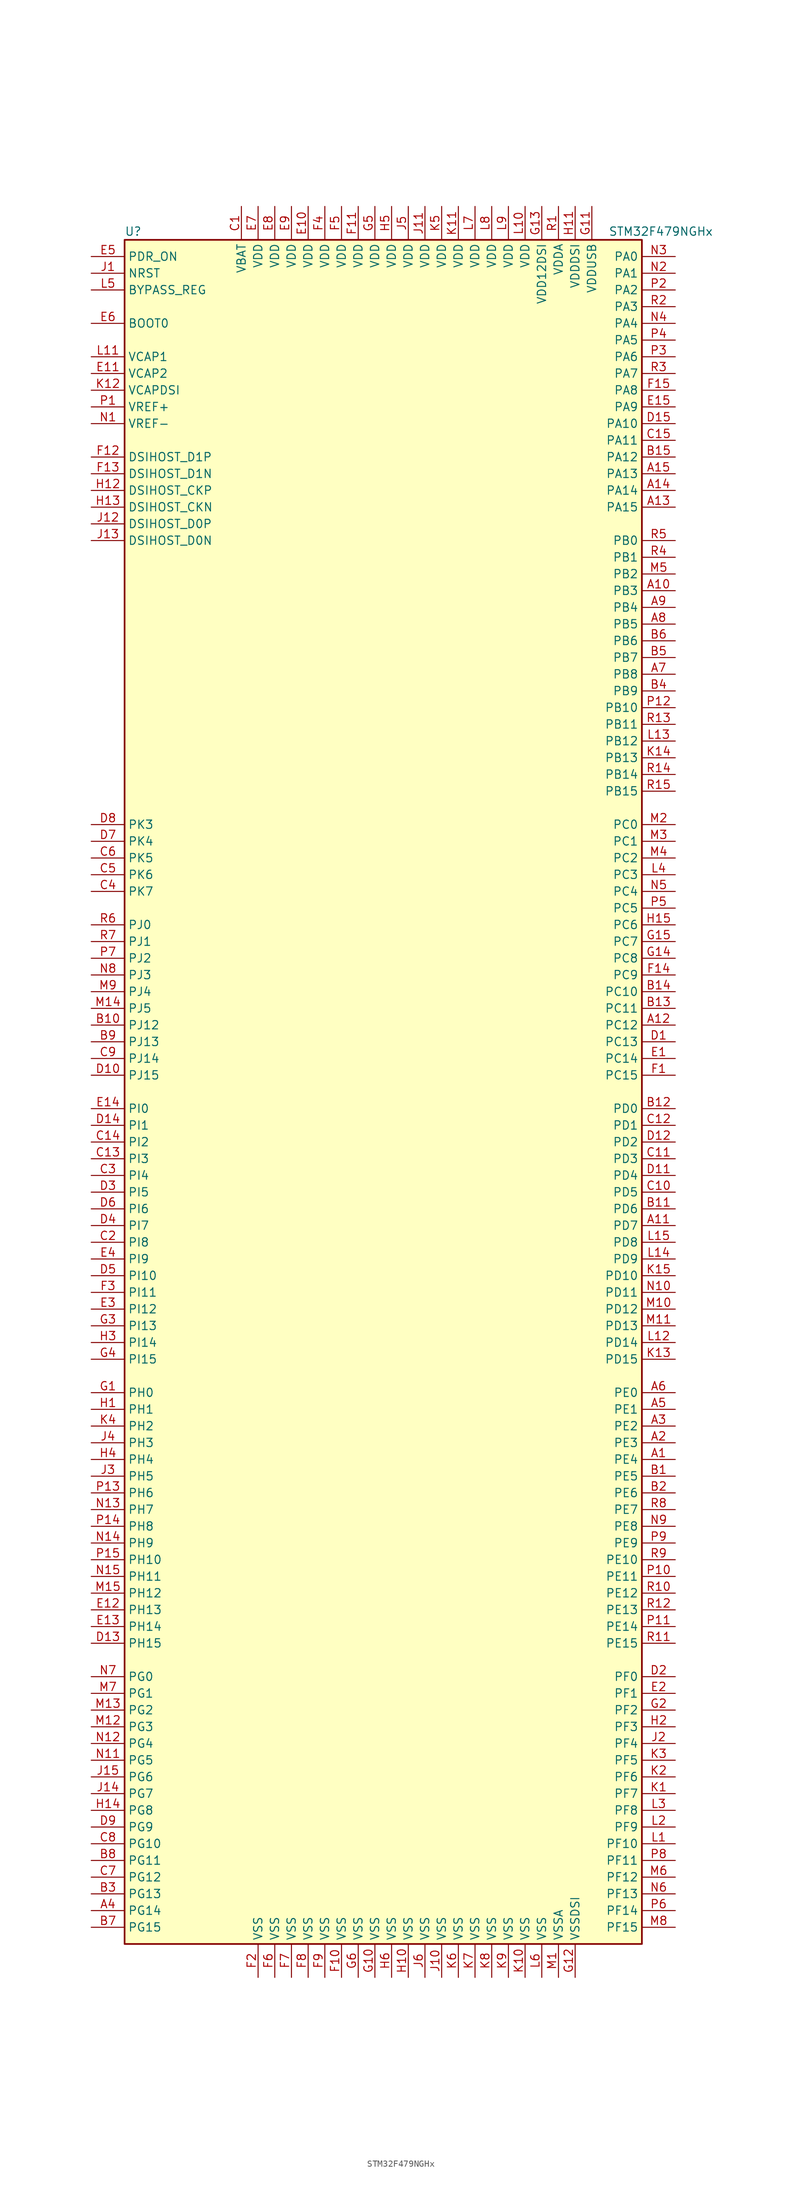
<source format=kicad_sym>
(kicad_symbol_lib
  (version 20220914)
  (generator kicad_symbol_editor)
  (symbol "STM32F479NGHx"
    (property "Reference" "U"
      (at -40.64 130.81 0)
      (effects (font (size 1.27 1.27)) (justify left)))
    (property "Value" "STM32F479NGHx"
      (at 33.02 130.81 0)
      (effects (font (size 1.27 1.27)) (justify left)))
    (symbol "STM32F479NGHx_0_1"
      (rectangle (start -40.64 -129.54) (end 38.1 129.54) (stroke (width 0.254) (type default)) (fill (type background))))
    (symbol "STM32F479NGHx_1_1"
      (pin bidirectional line (at 43.18 -55.88 180) (length 5.08) (name "PE4" (effects (font (size 1.27 1.27)))) (number "A1" (effects (font (size 1.27 1.27)))))
      (pin bidirectional line (at 43.18 76.2 180) (length 5.08) (name "PB3" (effects (font (size 1.27 1.27)))) (number "A10" (effects (font (size 1.27 1.27)))))
      (pin bidirectional line (at 43.18 -20.32 180) (length 5.08) (name "PD7" (effects (font (size 1.27 1.27)))) (number "A11" (effects (font (size 1.27 1.27)))))
      (pin bidirectional line (at 43.18 10.16 180) (length 5.08) (name "PC12" (effects (font (size 1.27 1.27)))) (number "A12" (effects (font (size 1.27 1.27)))))
      (pin bidirectional line (at 43.18 88.9 180) (length 5.08) (name "PA15" (effects (font (size 1.27 1.27)))) (number "A13" (effects (font (size 1.27 1.27)))))
      (pin bidirectional line (at 43.18 91.44 180) (length 5.08) (name "PA14" (effects (font (size 1.27 1.27)))) (number "A14" (effects (font (size 1.27 1.27)))))
      (pin bidirectional line (at 43.18 93.98 180) (length 5.08) (name "PA13" (effects (font (size 1.27 1.27)))) (number "A15" (effects (font (size 1.27 1.27)))))
      (pin bidirectional line (at 43.18 -53.34 180) (length 5.08) (name "PE3" (effects (font (size 1.27 1.27)))) (number "A2" (effects (font (size 1.27 1.27)))))
      (pin bidirectional line (at 43.18 -50.8 180) (length 5.08) (name "PE2" (effects (font (size 1.27 1.27)))) (number "A3" (effects (font (size 1.27 1.27)))))
      (pin bidirectional line (at -45.72 -124.46 0) (length 5.08) (name "PG14" (effects (font (size 1.27 1.27)))) (number "A4" (effects (font (size 1.27 1.27)))))
      (pin bidirectional line (at 43.18 -48.26 180) (length 5.08) (name "PE1" (effects (font (size 1.27 1.27)))) (number "A5" (effects (font (size 1.27 1.27)))))
      (pin bidirectional line (at 43.18 -45.72 180) (length 5.08) (name "PE0" (effects (font (size 1.27 1.27)))) (number "A6" (effects (font (size 1.27 1.27)))))
      (pin bidirectional line (at 43.18 63.5 180) (length 5.08) (name "PB8" (effects (font (size 1.27 1.27)))) (number "A7" (effects (font (size 1.27 1.27)))))
      (pin bidirectional line (at 43.18 71.12 180) (length 5.08) (name "PB5" (effects (font (size 1.27 1.27)))) (number "A8" (effects (font (size 1.27 1.27)))))
      (pin bidirectional line (at 43.18 73.66 180) (length 5.08) (name "PB4" (effects (font (size 1.27 1.27)))) (number "A9" (effects (font (size 1.27 1.27)))))
      (pin bidirectional line (at 43.18 -58.42 180) (length 5.08) (name "PE5" (effects (font (size 1.27 1.27)))) (number "B1" (effects (font (size 1.27 1.27)))))
      (pin bidirectional line (at -45.72 10.16 0) (length 5.08) (name "PJ12" (effects (font (size 1.27 1.27)))) (number "B10" (effects (font (size 1.27 1.27)))))
      (pin bidirectional line (at 43.18 -17.78 180) (length 5.08) (name "PD6" (effects (font (size 1.27 1.27)))) (number "B11" (effects (font (size 1.27 1.27)))))
      (pin bidirectional line (at 43.18 -2.54 180) (length 5.08) (name "PD0" (effects (font (size 1.27 1.27)))) (number "B12" (effects (font (size 1.27 1.27)))))
      (pin bidirectional line (at 43.18 12.7 180) (length 5.08) (name "PC11" (effects (font (size 1.27 1.27)))) (number "B13" (effects (font (size 1.27 1.27)))))
      (pin bidirectional line (at 43.18 15.24 180) (length 5.08) (name "PC10" (effects (font (size 1.27 1.27)))) (number "B14" (effects (font (size 1.27 1.27)))))
      (pin bidirectional line (at 43.18 96.52 180) (length 5.08) (name "PA12" (effects (font (size 1.27 1.27)))) (number "B15" (effects (font (size 1.27 1.27)))))
      (pin bidirectional line (at 43.18 -60.96 180) (length 5.08) (name "PE6" (effects (font (size 1.27 1.27)))) (number "B2" (effects (font (size 1.27 1.27)))))
      (pin bidirectional line (at -45.72 -121.92 0) (length 5.08) (name "PG13" (effects (font (size 1.27 1.27)))) (number "B3" (effects (font (size 1.27 1.27)))))
      (pin bidirectional line (at 43.18 60.96 180) (length 5.08) (name "PB9" (effects (font (size 1.27 1.27)))) (number "B4" (effects (font (size 1.27 1.27)))))
      (pin bidirectional line (at 43.18 66.04 180) (length 5.08) (name "PB7" (effects (font (size 1.27 1.27)))) (number "B5" (effects (font (size 1.27 1.27)))))
      (pin bidirectional line (at 43.18 68.58 180) (length 5.08) (name "PB6" (effects (font (size 1.27 1.27)))) (number "B6" (effects (font (size 1.27 1.27)))))
      (pin bidirectional line (at -45.72 -127 0) (length 5.08) (name "PG15" (effects (font (size 1.27 1.27)))) (number "B7" (effects (font (size 1.27 1.27)))))
      (pin bidirectional line (at -45.72 -116.84 0) (length 5.08) (name "PG11" (effects (font (size 1.27 1.27)))) (number "B8" (effects (font (size 1.27 1.27)))))
      (pin bidirectional line (at -45.72 7.62 0) (length 5.08) (name "PJ13" (effects (font (size 1.27 1.27)))) (number "B9" (effects (font (size 1.27 1.27)))))
      (pin power_in line (at -22.86 134.62 270) (length 5.08) (name "VBAT" (effects (font (size 1.27 1.27)))) (number "C1" (effects (font (size 1.27 1.27)))))
      (pin bidirectional line (at 43.18 -15.24 180) (length 5.08) (name "PD5" (effects (font (size 1.27 1.27)))) (number "C10" (effects (font (size 1.27 1.27)))))
      (pin bidirectional line (at 43.18 -10.16 180) (length 5.08) (name "PD3" (effects (font (size 1.27 1.27)))) (number "C11" (effects (font (size 1.27 1.27)))))
      (pin bidirectional line (at 43.18 -5.08 180) (length 5.08) (name "PD1" (effects (font (size 1.27 1.27)))) (number "C12" (effects (font (size 1.27 1.27)))))
      (pin bidirectional line (at -45.72 -10.16 0) (length 5.08) (name "PI3" (effects (font (size 1.27 1.27)))) (number "C13" (effects (font (size 1.27 1.27)))))
      (pin bidirectional line (at -45.72 -7.62 0) (length 5.08) (name "PI2" (effects (font (size 1.27 1.27)))) (number "C14" (effects (font (size 1.27 1.27)))))
      (pin bidirectional line (at 43.18 99.06 180) (length 5.08) (name "PA11" (effects (font (size 1.27 1.27)))) (number "C15" (effects (font (size 1.27 1.27)))))
      (pin bidirectional line (at -45.72 -22.86 0) (length 5.08) (name "PI8" (effects (font (size 1.27 1.27)))) (number "C2" (effects (font (size 1.27 1.27)))))
      (pin bidirectional line (at -45.72 -12.7 0) (length 5.08) (name "PI4" (effects (font (size 1.27 1.27)))) (number "C3" (effects (font (size 1.27 1.27)))))
      (pin bidirectional line (at -45.72 30.48 0) (length 5.08) (name "PK7" (effects (font (size 1.27 1.27)))) (number "C4" (effects (font (size 1.27 1.27)))))
      (pin bidirectional line (at -45.72 33.02 0) (length 5.08) (name "PK6" (effects (font (size 1.27 1.27)))) (number "C5" (effects (font (size 1.27 1.27)))))
      (pin bidirectional line (at -45.72 35.56 0) (length 5.08) (name "PK5" (effects (font (size 1.27 1.27)))) (number "C6" (effects (font (size 1.27 1.27)))))
      (pin bidirectional line (at -45.72 -119.38 0) (length 5.08) (name "PG12" (effects (font (size 1.27 1.27)))) (number "C7" (effects (font (size 1.27 1.27)))))
      (pin bidirectional line (at -45.72 -114.3 0) (length 5.08) (name "PG10" (effects (font (size 1.27 1.27)))) (number "C8" (effects (font (size 1.27 1.27)))))
      (pin bidirectional line (at -45.72 5.08 0) (length 5.08) (name "PJ14" (effects (font (size 1.27 1.27)))) (number "C9" (effects (font (size 1.27 1.27)))))
      (pin bidirectional line (at 43.18 7.62 180) (length 5.08) (name "PC13" (effects (font (size 1.27 1.27)))) (number "D1" (effects (font (size 1.27 1.27)))))
      (pin bidirectional line (at -45.72 2.54 0) (length 5.08) (name "PJ15" (effects (font (size 1.27 1.27)))) (number "D10" (effects (font (size 1.27 1.27)))))
      (pin bidirectional line (at 43.18 -12.7 180) (length 5.08) (name "PD4" (effects (font (size 1.27 1.27)))) (number "D11" (effects (font (size 1.27 1.27)))))
      (pin bidirectional line (at 43.18 -7.62 180) (length 5.08) (name "PD2" (effects (font (size 1.27 1.27)))) (number "D12" (effects (font (size 1.27 1.27)))))
      (pin bidirectional line (at -45.72 -83.82 0) (length 5.08) (name "PH15" (effects (font (size 1.27 1.27)))) (number "D13" (effects (font (size 1.27 1.27)))))
      (pin bidirectional line (at -45.72 -5.08 0) (length 5.08) (name "PI1" (effects (font (size 1.27 1.27)))) (number "D14" (effects (font (size 1.27 1.27)))))
      (pin bidirectional line (at 43.18 101.6 180) (length 5.08) (name "PA10" (effects (font (size 1.27 1.27)))) (number "D15" (effects (font (size 1.27 1.27)))))
      (pin bidirectional line (at 43.18 -88.9 180) (length 5.08) (name "PF0" (effects (font (size 1.27 1.27)))) (number "D2" (effects (font (size 1.27 1.27)))))
      (pin bidirectional line (at -45.72 -15.24 0) (length 5.08) (name "PI5" (effects (font (size 1.27 1.27)))) (number "D3" (effects (font (size 1.27 1.27)))))
      (pin bidirectional line (at -45.72 -20.32 0) (length 5.08) (name "PI7" (effects (font (size 1.27 1.27)))) (number "D4" (effects (font (size 1.27 1.27)))))
      (pin bidirectional line (at -45.72 -27.94 0) (length 5.08) (name "PI10" (effects (font (size 1.27 1.27)))) (number "D5" (effects (font (size 1.27 1.27)))))
      (pin bidirectional line (at -45.72 -17.78 0) (length 5.08) (name "PI6" (effects (font (size 1.27 1.27)))) (number "D6" (effects (font (size 1.27 1.27)))))
      (pin bidirectional line (at -45.72 38.1 0) (length 5.08) (name "PK4" (effects (font (size 1.27 1.27)))) (number "D7" (effects (font (size 1.27 1.27)))))
      (pin bidirectional line (at -45.72 40.64 0) (length 5.08) (name "PK3" (effects (font (size 1.27 1.27)))) (number "D8" (effects (font (size 1.27 1.27)))))
      (pin bidirectional line (at -45.72 -111.76 0) (length 5.08) (name "PG9" (effects (font (size 1.27 1.27)))) (number "D9" (effects (font (size 1.27 1.27)))))
      (pin bidirectional line (at 43.18 5.08 180) (length 5.08) (name "PC14" (effects (font (size 1.27 1.27)))) (number "E1" (effects (font (size 1.27 1.27)))))
      (pin power_in line (at -12.7 134.62 270) (length 5.08) (name "VDD" (effects (font (size 1.27 1.27)))) (number "E10" (effects (font (size 1.27 1.27)))))
      (pin power_in line (at -45.72 109.22 0) (length 5.08) (name "VCAP2" (effects (font (size 1.27 1.27)))) (number "E11" (effects (font (size 1.27 1.27)))))
      (pin bidirectional line (at -45.72 -78.74 0) (length 5.08) (name "PH13" (effects (font (size 1.27 1.27)))) (number "E12" (effects (font (size 1.27 1.27)))))
      (pin bidirectional line (at -45.72 -81.28 0) (length 5.08) (name "PH14" (effects (font (size 1.27 1.27)))) (number "E13" (effects (font (size 1.27 1.27)))))
      (pin bidirectional line (at -45.72 -2.54 0) (length 5.08) (name "PI0" (effects (font (size 1.27 1.27)))) (number "E14" (effects (font (size 1.27 1.27)))))
      (pin bidirectional line (at 43.18 104.14 180) (length 5.08) (name "PA9" (effects (font (size 1.27 1.27)))) (number "E15" (effects (font (size 1.27 1.27)))))
      (pin bidirectional line (at 43.18 -91.44 180) (length 5.08) (name "PF1" (effects (font (size 1.27 1.27)))) (number "E2" (effects (font (size 1.27 1.27)))))
      (pin bidirectional line (at -45.72 -33.02 0) (length 5.08) (name "PI12" (effects (font (size 1.27 1.27)))) (number "E3" (effects (font (size 1.27 1.27)))))
      (pin bidirectional line (at -45.72 -25.4 0) (length 5.08) (name "PI9" (effects (font (size 1.27 1.27)))) (number "E4" (effects (font (size 1.27 1.27)))))
      (pin input line (at -45.72 127 0) (length 5.08) (name "PDR_ON" (effects (font (size 1.27 1.27)))) (number "E5" (effects (font (size 1.27 1.27)))))
      (pin input line (at -45.72 116.84 0) (length 5.08) (name "BOOT0" (effects (font (size 1.27 1.27)))) (number "E6" (effects (font (size 1.27 1.27)))))
      (pin power_in line (at -20.32 134.62 270) (length 5.08) (name "VDD" (effects (font (size 1.27 1.27)))) (number "E7" (effects (font (size 1.27 1.27)))))
      (pin power_in line (at -17.78 134.62 270) (length 5.08) (name "VDD" (effects (font (size 1.27 1.27)))) (number "E8" (effects (font (size 1.27 1.27)))))
      (pin power_in line (at -15.24 134.62 270) (length 5.08) (name "VDD" (effects (font (size 1.27 1.27)))) (number "E9" (effects (font (size 1.27 1.27)))))
      (pin bidirectional line (at 43.18 2.54 180) (length 5.08) (name "PC15" (effects (font (size 1.27 1.27)))) (number "F1" (effects (font (size 1.27 1.27)))))
      (pin power_in line (at -7.62 -134.62 90) (length 5.08) (name "VSS" (effects (font (size 1.27 1.27)))) (number "F10" (effects (font (size 1.27 1.27)))))
      (pin power_in line (at -5.08 134.62 270) (length 5.08) (name "VDD" (effects (font (size 1.27 1.27)))) (number "F11" (effects (font (size 1.27 1.27)))))
      (pin bidirectional line (at -45.72 96.52 0) (length 5.08) (name "DSIHOST_D1P" (effects (font (size 1.27 1.27)))) (number "F12" (effects (font (size 1.27 1.27)))))
      (pin bidirectional line (at -45.72 93.98 0) (length 5.08) (name "DSIHOST_D1N" (effects (font (size 1.27 1.27)))) (number "F13" (effects (font (size 1.27 1.27)))))
      (pin bidirectional line (at 43.18 17.78 180) (length 5.08) (name "PC9" (effects (font (size 1.27 1.27)))) (number "F14" (effects (font (size 1.27 1.27)))))
      (pin bidirectional line (at 43.18 106.68 180) (length 5.08) (name "PA8" (effects (font (size 1.27 1.27)))) (number "F15" (effects (font (size 1.27 1.27)))))
      (pin power_in line (at -20.32 -134.62 90) (length 5.08) (name "VSS" (effects (font (size 1.27 1.27)))) (number "F2" (effects (font (size 1.27 1.27)))))
      (pin bidirectional line (at -45.72 -30.48 0) (length 5.08) (name "PI11" (effects (font (size 1.27 1.27)))) (number "F3" (effects (font (size 1.27 1.27)))))
      (pin power_in line (at -10.16 134.62 270) (length 5.08) (name "VDD" (effects (font (size 1.27 1.27)))) (number "F4" (effects (font (size 1.27 1.27)))))
      (pin power_in line (at -7.62 134.62 270) (length 5.08) (name "VDD" (effects (font (size 1.27 1.27)))) (number "F5" (effects (font (size 1.27 1.27)))))
      (pin power_in line (at -17.78 -134.62 90) (length 5.08) (name "VSS" (effects (font (size 1.27 1.27)))) (number "F6" (effects (font (size 1.27 1.27)))))
      (pin power_in line (at -15.24 -134.62 90) (length 5.08) (name "VSS" (effects (font (size 1.27 1.27)))) (number "F7" (effects (font (size 1.27 1.27)))))
      (pin power_in line (at -12.7 -134.62 90) (length 5.08) (name "VSS" (effects (font (size 1.27 1.27)))) (number "F8" (effects (font (size 1.27 1.27)))))
      (pin power_in line (at -10.16 -134.62 90) (length 5.08) (name "VSS" (effects (font (size 1.27 1.27)))) (number "F9" (effects (font (size 1.27 1.27)))))
      (pin input line (at -45.72 -45.72 0) (length 5.08) (name "PH0" (effects (font (size 1.27 1.27)))) (number "G1" (effects (font (size 1.27 1.27)))))
      (pin power_in line (at -2.54 -134.62 90) (length 5.08) (name "VSS" (effects (font (size 1.27 1.27)))) (number "G10" (effects (font (size 1.27 1.27)))))
      (pin power_in line (at 30.48 134.62 270) (length 5.08) (name "VDDUSB" (effects (font (size 1.27 1.27)))) (number "G11" (effects (font (size 1.27 1.27)))))
      (pin power_in line (at 27.94 -134.62 90) (length 5.08) (name "VSSDSI" (effects (font (size 1.27 1.27)))) (number "G12" (effects (font (size 1.27 1.27)))))
      (pin power_in line (at 22.86 134.62 270) (length 5.08) (name "VDD12DSI" (effects (font (size 1.27 1.27)))) (number "G13" (effects (font (size 1.27 1.27)))))
      (pin bidirectional line (at 43.18 20.32 180) (length 5.08) (name "PC8" (effects (font (size 1.27 1.27)))) (number "G14" (effects (font (size 1.27 1.27)))))
      (pin bidirectional line (at 43.18 22.86 180) (length 5.08) (name "PC7" (effects (font (size 1.27 1.27)))) (number "G15" (effects (font (size 1.27 1.27)))))
      (pin bidirectional line (at 43.18 -93.98 180) (length 5.08) (name "PF2" (effects (font (size 1.27 1.27)))) (number "G2" (effects (font (size 1.27 1.27)))))
      (pin bidirectional line (at -45.72 -35.56 0) (length 5.08) (name "PI13" (effects (font (size 1.27 1.27)))) (number "G3" (effects (font (size 1.27 1.27)))))
      (pin bidirectional line (at -45.72 -40.64 0) (length 5.08) (name "PI15" (effects (font (size 1.27 1.27)))) (number "G4" (effects (font (size 1.27 1.27)))))
      (pin power_in line (at -2.54 134.62 270) (length 5.08) (name "VDD" (effects (font (size 1.27 1.27)))) (number "G5" (effects (font (size 1.27 1.27)))))
      (pin power_in line (at -5.08 -134.62 90) (length 5.08) (name "VSS" (effects (font (size 1.27 1.27)))) (number "G6" (effects (font (size 1.27 1.27)))))
      (pin input line (at -45.72 -48.26 0) (length 5.08) (name "PH1" (effects (font (size 1.27 1.27)))) (number "H1" (effects (font (size 1.27 1.27)))))
      (pin power_in line (at 2.54 -134.62 90) (length 5.08) (name "VSS" (effects (font (size 1.27 1.27)))) (number "H10" (effects (font (size 1.27 1.27)))))
      (pin power_in line (at 27.94 134.62 270) (length 5.08) (name "VDDDSI" (effects (font (size 1.27 1.27)))) (number "H11" (effects (font (size 1.27 1.27)))))
      (pin bidirectional line (at -45.72 91.44 0) (length 5.08) (name "DSIHOST_CKP" (effects (font (size 1.27 1.27)))) (number "H12" (effects (font (size 1.27 1.27)))))
      (pin bidirectional line (at -45.72 88.9 0) (length 5.08) (name "DSIHOST_CKN" (effects (font (size 1.27 1.27)))) (number "H13" (effects (font (size 1.27 1.27)))))
      (pin bidirectional line (at -45.72 -109.22 0) (length 5.08) (name "PG8" (effects (font (size 1.27 1.27)))) (number "H14" (effects (font (size 1.27 1.27)))))
      (pin bidirectional line (at 43.18 25.4 180) (length 5.08) (name "PC6" (effects (font (size 1.27 1.27)))) (number "H15" (effects (font (size 1.27 1.27)))))
      (pin bidirectional line (at 43.18 -96.52 180) (length 5.08) (name "PF3" (effects (font (size 1.27 1.27)))) (number "H2" (effects (font (size 1.27 1.27)))))
      (pin bidirectional line (at -45.72 -38.1 0) (length 5.08) (name "PI14" (effects (font (size 1.27 1.27)))) (number "H3" (effects (font (size 1.27 1.27)))))
      (pin bidirectional line (at -45.72 -55.88 0) (length 5.08) (name "PH4" (effects (font (size 1.27 1.27)))) (number "H4" (effects (font (size 1.27 1.27)))))
      (pin power_in line (at 0 134.62 270) (length 5.08) (name "VDD" (effects (font (size 1.27 1.27)))) (number "H5" (effects (font (size 1.27 1.27)))))
      (pin power_in line (at 0 -134.62 90) (length 5.08) (name "VSS" (effects (font (size 1.27 1.27)))) (number "H6" (effects (font (size 1.27 1.27)))))
      (pin input line (at -45.72 124.46 0) (length 5.08) (name "NRST" (effects (font (size 1.27 1.27)))) (number "J1" (effects (font (size 1.27 1.27)))))
      (pin power_in line (at 7.62 -134.62 90) (length 5.08) (name "VSS" (effects (font (size 1.27 1.27)))) (number "J10" (effects (font (size 1.27 1.27)))))
      (pin power_in line (at 5.08 134.62 270) (length 5.08) (name "VDD" (effects (font (size 1.27 1.27)))) (number "J11" (effects (font (size 1.27 1.27)))))
      (pin bidirectional line (at -45.72 86.36 0) (length 5.08) (name "DSIHOST_D0P" (effects (font (size 1.27 1.27)))) (number "J12" (effects (font (size 1.27 1.27)))))
      (pin bidirectional line (at -45.72 83.82 0) (length 5.08) (name "DSIHOST_D0N" (effects (font (size 1.27 1.27)))) (number "J13" (effects (font (size 1.27 1.27)))))
      (pin bidirectional line (at -45.72 -106.68 0) (length 5.08) (name "PG7" (effects (font (size 1.27 1.27)))) (number "J14" (effects (font (size 1.27 1.27)))))
      (pin bidirectional line (at -45.72 -104.14 0) (length 5.08) (name "PG6" (effects (font (size 1.27 1.27)))) (number "J15" (effects (font (size 1.27 1.27)))))
      (pin bidirectional line (at 43.18 -99.06 180) (length 5.08) (name "PF4" (effects (font (size 1.27 1.27)))) (number "J2" (effects (font (size 1.27 1.27)))))
      (pin bidirectional line (at -45.72 -58.42 0) (length 5.08) (name "PH5" (effects (font (size 1.27 1.27)))) (number "J3" (effects (font (size 1.27 1.27)))))
      (pin bidirectional line (at -45.72 -53.34 0) (length 5.08) (name "PH3" (effects (font (size 1.27 1.27)))) (number "J4" (effects (font (size 1.27 1.27)))))
      (pin power_in line (at 2.54 134.62 270) (length 5.08) (name "VDD" (effects (font (size 1.27 1.27)))) (number "J5" (effects (font (size 1.27 1.27)))))
      (pin power_in line (at 5.08 -134.62 90) (length 5.08) (name "VSS" (effects (font (size 1.27 1.27)))) (number "J6" (effects (font (size 1.27 1.27)))))
      (pin bidirectional line (at 43.18 -106.68 180) (length 5.08) (name "PF7" (effects (font (size 1.27 1.27)))) (number "K1" (effects (font (size 1.27 1.27)))))
      (pin power_in line (at 20.32 -134.62 90) (length 5.08) (name "VSS" (effects (font (size 1.27 1.27)))) (number "K10" (effects (font (size 1.27 1.27)))))
      (pin power_in line (at 10.16 134.62 270) (length 5.08) (name "VDD" (effects (font (size 1.27 1.27)))) (number "K11" (effects (font (size 1.27 1.27)))))
      (pin power_in line (at -45.72 106.68 0) (length 5.08) (name "VCAPDSI" (effects (font (size 1.27 1.27)))) (number "K12" (effects (font (size 1.27 1.27)))))
      (pin bidirectional line (at 43.18 -40.64 180) (length 5.08) (name "PD15" (effects (font (size 1.27 1.27)))) (number "K13" (effects (font (size 1.27 1.27)))))
      (pin bidirectional line (at 43.18 50.8 180) (length 5.08) (name "PB13" (effects (font (size 1.27 1.27)))) (number "K14" (effects (font (size 1.27 1.27)))))
      (pin bidirectional line (at 43.18 -27.94 180) (length 5.08) (name "PD10" (effects (font (size 1.27 1.27)))) (number "K15" (effects (font (size 1.27 1.27)))))
      (pin bidirectional line (at 43.18 -104.14 180) (length 5.08) (name "PF6" (effects (font (size 1.27 1.27)))) (number "K2" (effects (font (size 1.27 1.27)))))
      (pin bidirectional line (at 43.18 -101.6 180) (length 5.08) (name "PF5" (effects (font (size 1.27 1.27)))) (number "K3" (effects (font (size 1.27 1.27)))))
      (pin bidirectional line (at -45.72 -50.8 0) (length 5.08) (name "PH2" (effects (font (size 1.27 1.27)))) (number "K4" (effects (font (size 1.27 1.27)))))
      (pin power_in line (at 7.62 134.62 270) (length 5.08) (name "VDD" (effects (font (size 1.27 1.27)))) (number "K5" (effects (font (size 1.27 1.27)))))
      (pin power_in line (at 10.16 -134.62 90) (length 5.08) (name "VSS" (effects (font (size 1.27 1.27)))) (number "K6" (effects (font (size 1.27 1.27)))))
      (pin power_in line (at 12.7 -134.62 90) (length 5.08) (name "VSS" (effects (font (size 1.27 1.27)))) (number "K7" (effects (font (size 1.27 1.27)))))
      (pin power_in line (at 15.24 -134.62 90) (length 5.08) (name "VSS" (effects (font (size 1.27 1.27)))) (number "K8" (effects (font (size 1.27 1.27)))))
      (pin power_in line (at 17.78 -134.62 90) (length 5.08) (name "VSS" (effects (font (size 1.27 1.27)))) (number "K9" (effects (font (size 1.27 1.27)))))
      (pin bidirectional line (at 43.18 -114.3 180) (length 5.08) (name "PF10" (effects (font (size 1.27 1.27)))) (number "L1" (effects (font (size 1.27 1.27)))))
      (pin power_in line (at 20.32 134.62 270) (length 5.08) (name "VDD" (effects (font (size 1.27 1.27)))) (number "L10" (effects (font (size 1.27 1.27)))))
      (pin power_in line (at -45.72 111.76 0) (length 5.08) (name "VCAP1" (effects (font (size 1.27 1.27)))) (number "L11" (effects (font (size 1.27 1.27)))))
      (pin bidirectional line (at 43.18 -38.1 180) (length 5.08) (name "PD14" (effects (font (size 1.27 1.27)))) (number "L12" (effects (font (size 1.27 1.27)))))
      (pin bidirectional line (at 43.18 53.34 180) (length 5.08) (name "PB12" (effects (font (size 1.27 1.27)))) (number "L13" (effects (font (size 1.27 1.27)))))
      (pin bidirectional line (at 43.18 -25.4 180) (length 5.08) (name "PD9" (effects (font (size 1.27 1.27)))) (number "L14" (effects (font (size 1.27 1.27)))))
      (pin bidirectional line (at 43.18 -22.86 180) (length 5.08) (name "PD8" (effects (font (size 1.27 1.27)))) (number "L15" (effects (font (size 1.27 1.27)))))
      (pin bidirectional line (at 43.18 -111.76 180) (length 5.08) (name "PF9" (effects (font (size 1.27 1.27)))) (number "L2" (effects (font (size 1.27 1.27)))))
      (pin bidirectional line (at 43.18 -109.22 180) (length 5.08) (name "PF8" (effects (font (size 1.27 1.27)))) (number "L3" (effects (font (size 1.27 1.27)))))
      (pin bidirectional line (at 43.18 33.02 180) (length 5.08) (name "PC3" (effects (font (size 1.27 1.27)))) (number "L4" (effects (font (size 1.27 1.27)))))
      (pin input line (at -45.72 121.92 0) (length 5.08) (name "BYPASS_REG" (effects (font (size 1.27 1.27)))) (number "L5" (effects (font (size 1.27 1.27)))))
      (pin power_in line (at 22.86 -134.62 90) (length 5.08) (name "VSS" (effects (font (size 1.27 1.27)))) (number "L6" (effects (font (size 1.27 1.27)))))
      (pin power_in line (at 12.7 134.62 270) (length 5.08) (name "VDD" (effects (font (size 1.27 1.27)))) (number "L7" (effects (font (size 1.27 1.27)))))
      (pin power_in line (at 15.24 134.62 270) (length 5.08) (name "VDD" (effects (font (size 1.27 1.27)))) (number "L8" (effects (font (size 1.27 1.27)))))
      (pin power_in line (at 17.78 134.62 270) (length 5.08) (name "VDD" (effects (font (size 1.27 1.27)))) (number "L9" (effects (font (size 1.27 1.27)))))
      (pin power_in line (at 25.4 -134.62 90) (length 5.08) (name "VSSA" (effects (font (size 1.27 1.27)))) (number "M1" (effects (font (size 1.27 1.27)))))
      (pin bidirectional line (at 43.18 -33.02 180) (length 5.08) (name "PD12" (effects (font (size 1.27 1.27)))) (number "M10" (effects (font (size 1.27 1.27)))))
      (pin bidirectional line (at 43.18 -35.56 180) (length 5.08) (name "PD13" (effects (font (size 1.27 1.27)))) (number "M11" (effects (font (size 1.27 1.27)))))
      (pin bidirectional line (at -45.72 -96.52 0) (length 5.08) (name "PG3" (effects (font (size 1.27 1.27)))) (number "M12" (effects (font (size 1.27 1.27)))))
      (pin bidirectional line (at -45.72 -93.98 0) (length 5.08) (name "PG2" (effects (font (size 1.27 1.27)))) (number "M13" (effects (font (size 1.27 1.27)))))
      (pin bidirectional line (at -45.72 12.7 0) (length 5.08) (name "PJ5" (effects (font (size 1.27 1.27)))) (number "M14" (effects (font (size 1.27 1.27)))))
      (pin bidirectional line (at -45.72 -76.2 0) (length 5.08) (name "PH12" (effects (font (size 1.27 1.27)))) (number "M15" (effects (font (size 1.27 1.27)))))
      (pin bidirectional line (at 43.18 40.64 180) (length 5.08) (name "PC0" (effects (font (size 1.27 1.27)))) (number "M2" (effects (font (size 1.27 1.27)))))
      (pin bidirectional line (at 43.18 38.1 180) (length 5.08) (name "PC1" (effects (font (size 1.27 1.27)))) (number "M3" (effects (font (size 1.27 1.27)))))
      (pin bidirectional line (at 43.18 35.56 180) (length 5.08) (name "PC2" (effects (font (size 1.27 1.27)))) (number "M4" (effects (font (size 1.27 1.27)))))
      (pin bidirectional line (at 43.18 78.74 180) (length 5.08) (name "PB2" (effects (font (size 1.27 1.27)))) (number "M5" (effects (font (size 1.27 1.27)))))
      (pin bidirectional line (at 43.18 -119.38 180) (length 5.08) (name "PF12" (effects (font (size 1.27 1.27)))) (number "M6" (effects (font (size 1.27 1.27)))))
      (pin bidirectional line (at -45.72 -91.44 0) (length 5.08) (name "PG1" (effects (font (size 1.27 1.27)))) (number "M7" (effects (font (size 1.27 1.27)))))
      (pin bidirectional line (at 43.18 -127 180) (length 5.08) (name "PF15" (effects (font (size 1.27 1.27)))) (number "M8" (effects (font (size 1.27 1.27)))))
      (pin bidirectional line (at -45.72 15.24 0) (length 5.08) (name "PJ4" (effects (font (size 1.27 1.27)))) (number "M9" (effects (font (size 1.27 1.27)))))
      (pin power_in line (at -45.72 101.6 0) (length 5.08) (name "VREF-" (effects (font (size 1.27 1.27)))) (number "N1" (effects (font (size 1.27 1.27)))))
      (pin bidirectional line (at 43.18 -30.48 180) (length 5.08) (name "PD11" (effects (font (size 1.27 1.27)))) (number "N10" (effects (font (size 1.27 1.27)))))
      (pin bidirectional line (at -45.72 -101.6 0) (length 5.08) (name "PG5" (effects (font (size 1.27 1.27)))) (number "N11" (effects (font (size 1.27 1.27)))))
      (pin bidirectional line (at -45.72 -99.06 0) (length 5.08) (name "PG4" (effects (font (size 1.27 1.27)))) (number "N12" (effects (font (size 1.27 1.27)))))
      (pin bidirectional line (at -45.72 -63.5 0) (length 5.08) (name "PH7" (effects (font (size 1.27 1.27)))) (number "N13" (effects (font (size 1.27 1.27)))))
      (pin bidirectional line (at -45.72 -68.58 0) (length 5.08) (name "PH9" (effects (font (size 1.27 1.27)))) (number "N14" (effects (font (size 1.27 1.27)))))
      (pin bidirectional line (at -45.72 -73.66 0) (length 5.08) (name "PH11" (effects (font (size 1.27 1.27)))) (number "N15" (effects (font (size 1.27 1.27)))))
      (pin bidirectional line (at 43.18 124.46 180) (length 5.08) (name "PA1" (effects (font (size 1.27 1.27)))) (number "N2" (effects (font (size 1.27 1.27)))))
      (pin bidirectional line (at 43.18 127 180) (length 5.08) (name "PA0" (effects (font (size 1.27 1.27)))) (number "N3" (effects (font (size 1.27 1.27)))))
      (pin bidirectional line (at 43.18 116.84 180) (length 5.08) (name "PA4" (effects (font (size 1.27 1.27)))) (number "N4" (effects (font (size 1.27 1.27)))))
      (pin bidirectional line (at 43.18 30.48 180) (length 5.08) (name "PC4" (effects (font (size 1.27 1.27)))) (number "N5" (effects (font (size 1.27 1.27)))))
      (pin bidirectional line (at 43.18 -121.92 180) (length 5.08) (name "PF13" (effects (font (size 1.27 1.27)))) (number "N6" (effects (font (size 1.27 1.27)))))
      (pin bidirectional line (at -45.72 -88.9 0) (length 5.08) (name "PG0" (effects (font (size 1.27 1.27)))) (number "N7" (effects (font (size 1.27 1.27)))))
      (pin bidirectional line (at -45.72 17.78 0) (length 5.08) (name "PJ3" (effects (font (size 1.27 1.27)))) (number "N8" (effects (font (size 1.27 1.27)))))
      (pin bidirectional line (at 43.18 -66.04 180) (length 5.08) (name "PE8" (effects (font (size 1.27 1.27)))) (number "N9" (effects (font (size 1.27 1.27)))))
      (pin power_in line (at -45.72 104.14 0) (length 5.08) (name "VREF+" (effects (font (size 1.27 1.27)))) (number "P1" (effects (font (size 1.27 1.27)))))
      (pin bidirectional line (at 43.18 -73.66 180) (length 5.08) (name "PE11" (effects (font (size 1.27 1.27)))) (number "P10" (effects (font (size 1.27 1.27)))))
      (pin bidirectional line (at 43.18 -81.28 180) (length 5.08) (name "PE14" (effects (font (size 1.27 1.27)))) (number "P11" (effects (font (size 1.27 1.27)))))
      (pin bidirectional line (at 43.18 58.42 180) (length 5.08) (name "PB10" (effects (font (size 1.27 1.27)))) (number "P12" (effects (font (size 1.27 1.27)))))
      (pin bidirectional line (at -45.72 -60.96 0) (length 5.08) (name "PH6" (effects (font (size 1.27 1.27)))) (number "P13" (effects (font (size 1.27 1.27)))))
      (pin bidirectional line (at -45.72 -66.04 0) (length 5.08) (name "PH8" (effects (font (size 1.27 1.27)))) (number "P14" (effects (font (size 1.27 1.27)))))
      (pin bidirectional line (at -45.72 -71.12 0) (length 5.08) (name "PH10" (effects (font (size 1.27 1.27)))) (number "P15" (effects (font (size 1.27 1.27)))))
      (pin bidirectional line (at 43.18 121.92 180) (length 5.08) (name "PA2" (effects (font (size 1.27 1.27)))) (number "P2" (effects (font (size 1.27 1.27)))))
      (pin bidirectional line (at 43.18 111.76 180) (length 5.08) (name "PA6" (effects (font (size 1.27 1.27)))) (number "P3" (effects (font (size 1.27 1.27)))))
      (pin bidirectional line (at 43.18 114.3 180) (length 5.08) (name "PA5" (effects (font (size 1.27 1.27)))) (number "P4" (effects (font (size 1.27 1.27)))))
      (pin bidirectional line (at 43.18 27.94 180) (length 5.08) (name "PC5" (effects (font (size 1.27 1.27)))) (number "P5" (effects (font (size 1.27 1.27)))))
      (pin bidirectional line (at 43.18 -124.46 180) (length 5.08) (name "PF14" (effects (font (size 1.27 1.27)))) (number "P6" (effects (font (size 1.27 1.27)))))
      (pin bidirectional line (at -45.72 20.32 0) (length 5.08) (name "PJ2" (effects (font (size 1.27 1.27)))) (number "P7" (effects (font (size 1.27 1.27)))))
      (pin bidirectional line (at 43.18 -116.84 180) (length 5.08) (name "PF11" (effects (font (size 1.27 1.27)))) (number "P8" (effects (font (size 1.27 1.27)))))
      (pin bidirectional line (at 43.18 -68.58 180) (length 5.08) (name "PE9" (effects (font (size 1.27 1.27)))) (number "P9" (effects (font (size 1.27 1.27)))))
      (pin power_in line (at 25.4 134.62 270) (length 5.08) (name "VDDA" (effects (font (size 1.27 1.27)))) (number "R1" (effects (font (size 1.27 1.27)))))
      (pin bidirectional line (at 43.18 -76.2 180) (length 5.08) (name "PE12" (effects (font (size 1.27 1.27)))) (number "R10" (effects (font (size 1.27 1.27)))))
      (pin bidirectional line (at 43.18 -83.82 180) (length 5.08) (name "PE15" (effects (font (size 1.27 1.27)))) (number "R11" (effects (font (size 1.27 1.27)))))
      (pin bidirectional line (at 43.18 -78.74 180) (length 5.08) (name "PE13" (effects (font (size 1.27 1.27)))) (number "R12" (effects (font (size 1.27 1.27)))))
      (pin bidirectional line (at 43.18 55.88 180) (length 5.08) (name "PB11" (effects (font (size 1.27 1.27)))) (number "R13" (effects (font (size 1.27 1.27)))))
      (pin bidirectional line (at 43.18 48.26 180) (length 5.08) (name "PB14" (effects (font (size 1.27 1.27)))) (number "R14" (effects (font (size 1.27 1.27)))))
      (pin bidirectional line (at 43.18 45.72 180) (length 5.08) (name "PB15" (effects (font (size 1.27 1.27)))) (number "R15" (effects (font (size 1.27 1.27)))))
      (pin bidirectional line (at 43.18 119.38 180) (length 5.08) (name "PA3" (effects (font (size 1.27 1.27)))) (number "R2" (effects (font (size 1.27 1.27)))))
      (pin bidirectional line (at 43.18 109.22 180) (length 5.08) (name "PA7" (effects (font (size 1.27 1.27)))) (number "R3" (effects (font (size 1.27 1.27)))))
      (pin bidirectional line (at 43.18 81.28 180) (length 5.08) (name "PB1" (effects (font (size 1.27 1.27)))) (number "R4" (effects (font (size 1.27 1.27)))))
      (pin bidirectional line (at 43.18 83.82 180) (length 5.08) (name "PB0" (effects (font (size 1.27 1.27)))) (number "R5" (effects (font (size 1.27 1.27)))))
      (pin bidirectional line (at -45.72 25.4 0) (length 5.08) (name "PJ0" (effects (font (size 1.27 1.27)))) (number "R6" (effects (font (size 1.27 1.27)))))
      (pin bidirectional line (at -45.72 22.86 0) (length 5.08) (name "PJ1" (effects (font (size 1.27 1.27)))) (number "R7" (effects (font (size 1.27 1.27)))))
      (pin bidirectional line (at 43.18 -63.5 180) (length 5.08) (name "PE7" (effects (font (size 1.27 1.27)))) (number "R8" (effects (font (size 1.27 1.27)))))
      (pin bidirectional line (at 43.18 -71.12 180) (length 5.08) (name "PE10" (effects (font (size 1.27 1.27)))) (number "R9" (effects (font (size 1.27 1.27))))))))
</source>
